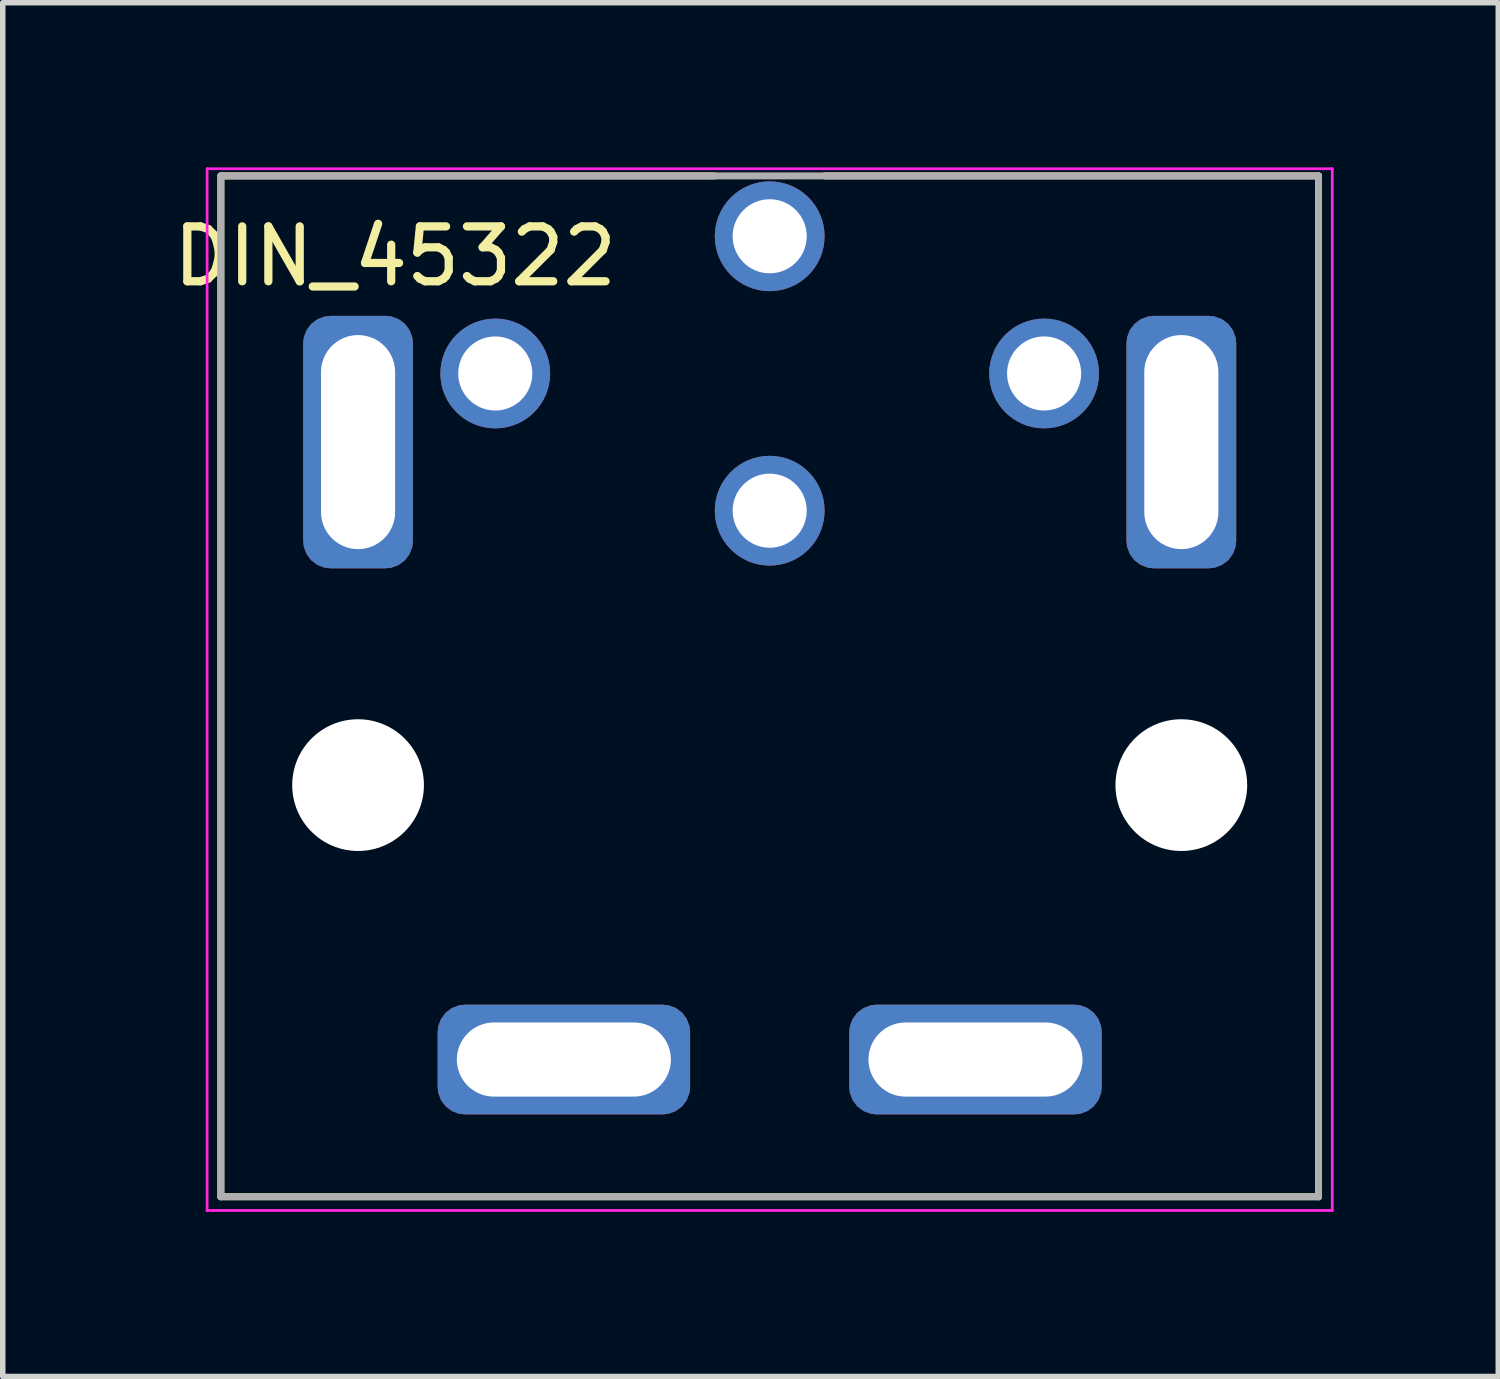
<source format=kicad_pcb>
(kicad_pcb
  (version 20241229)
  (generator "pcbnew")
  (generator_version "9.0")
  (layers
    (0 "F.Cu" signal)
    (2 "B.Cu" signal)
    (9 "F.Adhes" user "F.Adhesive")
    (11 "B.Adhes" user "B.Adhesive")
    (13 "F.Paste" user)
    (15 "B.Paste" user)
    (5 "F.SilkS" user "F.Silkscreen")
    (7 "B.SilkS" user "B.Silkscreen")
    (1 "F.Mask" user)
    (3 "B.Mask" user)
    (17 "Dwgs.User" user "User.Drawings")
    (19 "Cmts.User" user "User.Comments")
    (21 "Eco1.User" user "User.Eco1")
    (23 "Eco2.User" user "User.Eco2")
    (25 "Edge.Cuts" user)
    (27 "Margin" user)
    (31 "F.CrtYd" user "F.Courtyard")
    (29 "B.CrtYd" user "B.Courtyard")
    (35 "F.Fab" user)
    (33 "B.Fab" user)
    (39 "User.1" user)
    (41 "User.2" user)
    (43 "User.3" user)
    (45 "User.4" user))
  (footprint "DIN_45322"
    (layer "F.Cu")
    (at 10.974 11.255)
    (property "Reference" "DIN_45322" (at -6.825 -9.635 0) (layer "F.SilkS") (effects (font (size 1 1) (thickness 0.15))))
    (attr through_hole)
    (fp_line (start -10 -11.1) (end -1 -11.1) (stroke (width 0.127) (type solid)) (layer "F.SilkS"))
    (fp_line (start -10 7.5) (end -10 -11.1) (stroke (width 0.127) (type solid)) (layer "F.SilkS"))
    (fp_line (start -10 7.5) (end 10 7.5) (stroke (width 0.127) (type solid)) (layer "F.SilkS"))
    (fp_line (start 1 -11.1) (end 10 -11.1) (stroke (width 0.127) (type solid)) (layer "F.SilkS"))
    (fp_line (start 10 -11.1) (end 10 7.5) (stroke (width 0.127) (type solid)) (layer "F.SilkS"))
    (fp_line (start -10.25 -11.23) (end 10.25 -11.23) (stroke (width 0.05) (type solid)) (layer "F.CrtYd"))
    (fp_line (start -10.25 7.75) (end -10.25 -11.23) (stroke (width 0.05) (type solid)) (layer "F.CrtYd"))
    (fp_line (start 10.25 -11.23) (end 10.25 7.75) (stroke (width 0.05) (type solid)) (layer "F.CrtYd"))
    (fp_line (start 10.25 7.75) (end -10.25 7.75) (stroke (width 0.05) (type solid)) (layer "F.CrtYd"))
    (fp_line (start -10 -11.1) (end 10 -11.1) (stroke (width 0.127) (type solid)) (layer "F.Fab"))
    (fp_line (start -10 7.5) (end -10 -11.1) (stroke (width 0.127) (type solid)) (layer "F.Fab"))
    (fp_line (start 10 -11.1) (end 10 7.5) (stroke (width 0.127) (type solid)) (layer "F.Fab"))
    (fp_line (start 10 7.5) (end -10 7.5) (stroke (width 0.127) (type solid)) (layer "F.Fab"))
    (pad "" np_thru_hole circle (at -7.5 0) (size 2.4 2.4) (drill 2.4) (layers "*.Cu" "*.Mask"))
    (pad "" np_thru_hole circle (at 7.5 0) (size 2.4 2.4) (drill 2.4) (layers "*.Cu" "*.Mask"))
    (pad "1" thru_hole roundrect (at 7.5 -6.25) (size 2 4.6) (drill oval 1.35 3.9) (layers "*.Cu" "*.Mask") (roundrect_rratio 0.25))
    (pad "2" thru_hole circle (at 5 -7.5) (size 2 2) (drill 1.35) (layers "*.Cu" "*.Mask"))
    (pad "3" thru_hole circle (at 0 -5) (size 2 2) (drill 1.35) (layers "*.Cu" "*.Mask"))
    (pad "4" thru_hole circle (at -5 -7.5) (size 2 2) (drill 1.35) (layers "*.Cu" "*.Mask"))
    (pad "5" thru_hole roundrect (at -7.5 -6.25) (size 2 4.6) (drill oval 1.35 3.9) (layers "*.Cu" "*.Mask") (roundrect_rratio 0.25))
    (pad "6" thru_hole circle (at 0 -10) (size 2 2) (drill 1.35) (layers "*.Cu" "*.Mask"))
    (pad "7" thru_hole roundrect (at -3.75 5 90) (size 2 4.6) (drill oval 1.35 3.9) (layers "*.Cu" "*.Mask") (roundrect_rratio 0.25))
    (pad "7" thru_hole roundrect (at 3.75 5 90) (size 2 4.6) (drill oval 1.35 3.9) (layers "*.Cu" "*.Mask") (roundrect_rratio 0.25)))
  (gr_rect
    (start -3 -3)
    (end 24.249 22.03)
    (stroke (width 0.1) (type default))
    (fill no)
    (layer "Edge.Cuts")))
</source>
